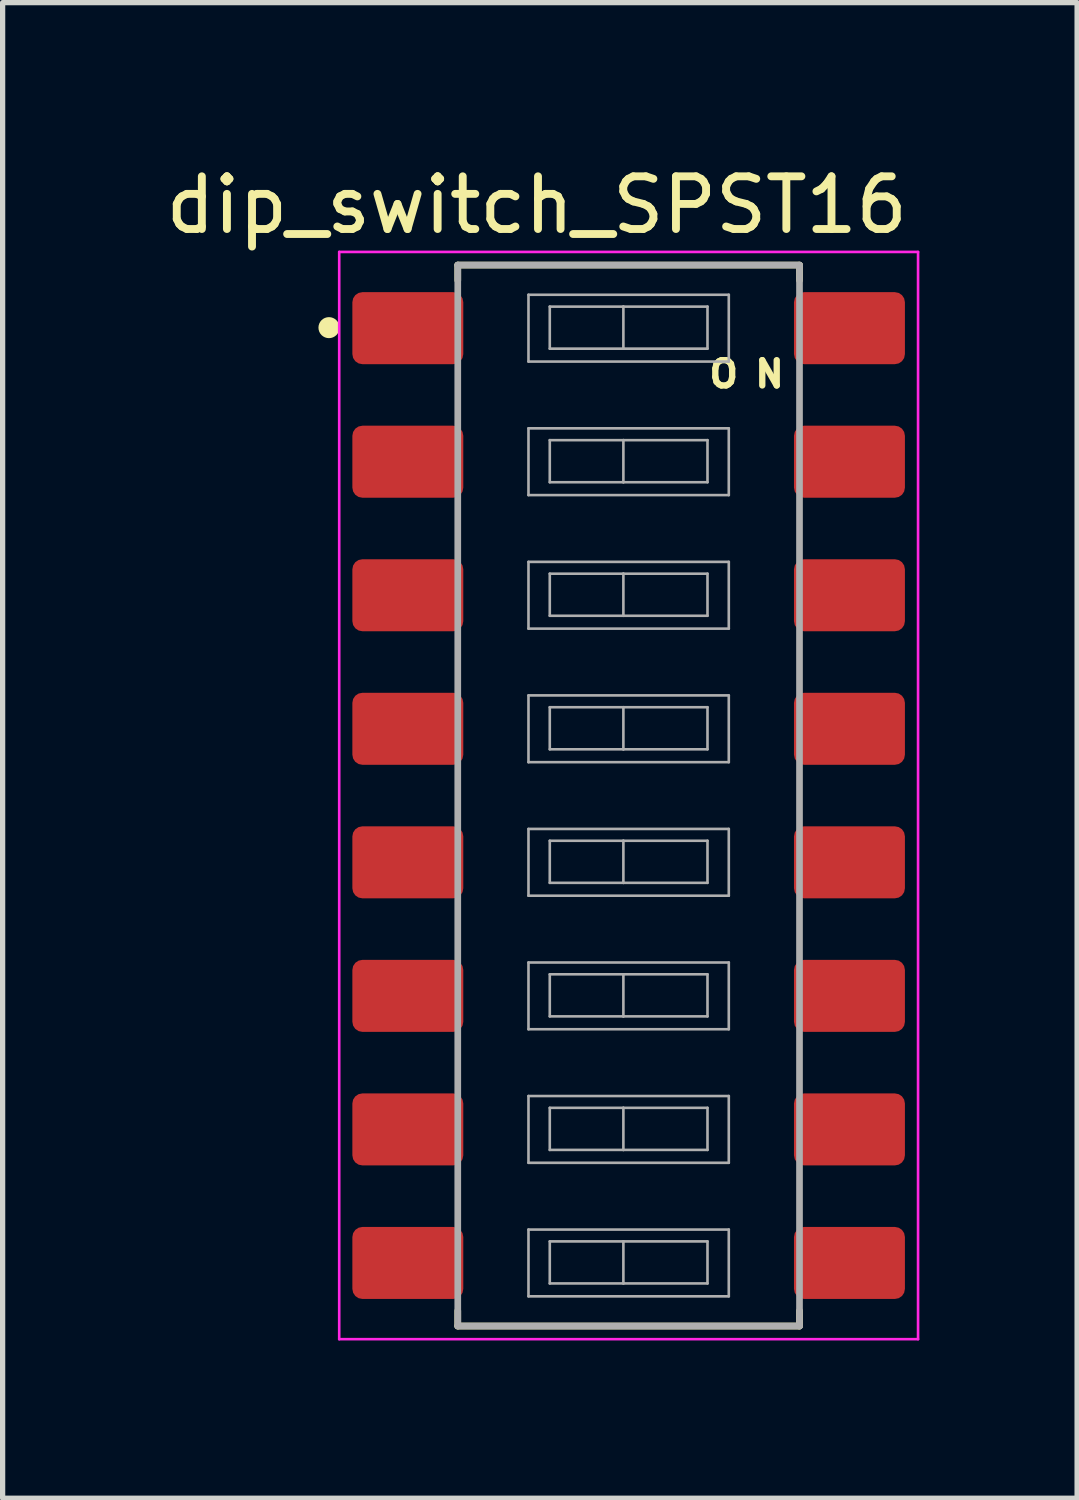
<source format=kicad_pcb>
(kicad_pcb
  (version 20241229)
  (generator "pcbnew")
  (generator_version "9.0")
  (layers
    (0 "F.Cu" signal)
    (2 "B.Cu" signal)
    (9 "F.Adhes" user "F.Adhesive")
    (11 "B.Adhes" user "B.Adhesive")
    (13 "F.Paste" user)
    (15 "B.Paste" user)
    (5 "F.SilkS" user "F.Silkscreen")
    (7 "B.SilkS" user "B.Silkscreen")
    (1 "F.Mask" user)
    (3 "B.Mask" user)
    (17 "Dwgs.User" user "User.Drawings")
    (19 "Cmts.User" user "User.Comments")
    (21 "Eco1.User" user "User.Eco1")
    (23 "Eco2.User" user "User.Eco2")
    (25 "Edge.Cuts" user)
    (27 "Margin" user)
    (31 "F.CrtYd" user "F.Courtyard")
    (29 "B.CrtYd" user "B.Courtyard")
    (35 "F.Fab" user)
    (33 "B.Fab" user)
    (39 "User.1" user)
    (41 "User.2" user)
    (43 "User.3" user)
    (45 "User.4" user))
  (footprint "dip_switch_SPST16"
    (layer "F.Cu")
    (at 8.907 12.082)
    (property "Reference" "dip_switch_SPST16" (at -1.748 -11.232 0) (layer "F.SilkS") (effects (font (size 1.002 1.002) (thickness 0.15))))
    (attr smd)
    (fp_line (start -3.25 -10.09) (end -3.25 -9.8) (stroke (width 0.127) (type solid)) (layer "F.SilkS"))
    (fp_line (start -3.25 10.09) (end -3.25 9.8) (stroke (width 0.127) (type solid)) (layer "F.SilkS"))
    (fp_line (start 3.25 -10.09) (end -3.25 -10.09) (stroke (width 0.127) (type solid)) (layer "F.SilkS"))
    (fp_line (start 3.25 -10.09) (end 3.25 -9.8) (stroke (width 0.127) (type solid)) (layer "F.SilkS"))
    (fp_line (start 3.25 9.8) (end 3.25 10.09) (stroke (width 0.127) (type solid)) (layer "F.SilkS"))
    (fp_line (start 3.25 10.09) (end -3.25 10.09) (stroke (width 0.127) (type solid)) (layer "F.SilkS"))
    (fp_circle (center -5.7 -8.9) (end -5.6 -8.9) (stroke (width 0.2) (type solid)) (fill no) (layer "F.SilkS"))
    (fp_line (start -5.505 -10.34) (end 5.505 -10.34) (stroke (width 0.05) (type solid)) (layer "F.CrtYd"))
    (fp_line (start -5.505 10.34) (end -5.505 -10.34) (stroke (width 0.05) (type solid)) (layer "F.CrtYd"))
    (fp_line (start 5.505 -10.34) (end 5.505 10.34) (stroke (width 0.05) (type solid)) (layer "F.CrtYd"))
    (fp_line (start 5.505 10.34) (end -5.505 10.34) (stroke (width 0.05) (type solid)) (layer "F.CrtYd"))
    (fp_line (start -3.25 -10.09) (end -3.25 10.09) (stroke (width 0.127) (type solid)) (layer "F.Fab"))
    (fp_line (start -3.25 10.09) (end 3.25 10.09) (stroke (width 0.127) (type solid)) (layer "F.Fab"))
    (fp_line (start -1.905 -9.525) (end -1.905 -8.255) (stroke (width 0.05) (type solid)) (layer "F.Fab"))
    (fp_line (start -1.905 -8.255) (end 1.905 -8.255) (stroke (width 0.05) (type solid)) (layer "F.Fab"))
    (fp_line (start -1.905 -6.985) (end -1.905 -5.715) (stroke (width 0.05) (type solid)) (layer "F.Fab"))
    (fp_line (start -1.905 -5.715) (end 1.905 -5.715) (stroke (width 0.05) (type solid)) (layer "F.Fab"))
    (fp_line (start -1.905 -4.445) (end -1.905 -3.175) (stroke (width 0.05) (type solid)) (layer "F.Fab"))
    (fp_line (start -1.905 -3.175) (end 1.905 -3.175) (stroke (width 0.05) (type solid)) (layer "F.Fab"))
    (fp_line (start -1.905 -1.905) (end -1.905 -0.635) (stroke (width 0.05) (type solid)) (layer "F.Fab"))
    (fp_line (start -1.905 -0.635) (end 1.905 -0.635) (stroke (width 0.05) (type solid)) (layer "F.Fab"))
    (fp_line (start -1.905 0.635) (end -1.905 1.905) (stroke (width 0.05) (type solid)) (layer "F.Fab"))
    (fp_line (start -1.905 1.905) (end 1.905 1.905) (stroke (width 0.05) (type solid)) (layer "F.Fab"))
    (fp_line (start -1.905 3.175) (end -1.905 4.445) (stroke (width 0.05) (type solid)) (layer "F.Fab"))
    (fp_line (start -1.905 4.445) (end 1.905 4.445) (stroke (width 0.05) (type solid)) (layer "F.Fab"))
    (fp_line (start -1.905 5.715) (end -1.905 6.985) (stroke (width 0.05) (type solid)) (layer "F.Fab"))
    (fp_line (start -1.905 6.985) (end 1.905 6.985) (stroke (width 0.05) (type solid)) (layer "F.Fab"))
    (fp_line (start -1.905 8.255) (end -1.905 9.525) (stroke (width 0.05) (type solid)) (layer "F.Fab"))
    (fp_line (start -1.905 9.525) (end 1.905 9.525) (stroke (width 0.05) (type solid)) (layer "F.Fab"))
    (fp_line (start -1.5 -9.3) (end -1.5 -8.5) (stroke (width 0.05) (type solid)) (layer "F.Fab"))
    (fp_line (start -1.5 -9.3) (end -0.1 -9.3) (stroke (width 0.05) (type solid)) (layer "F.Fab"))
    (fp_line (start -1.5 -8.5) (end -0.1 -8.5) (stroke (width 0.05) (type solid)) (layer "F.Fab"))
    (fp_line (start -1.5 -6.76) (end -1.5 -5.96) (stroke (width 0.05) (type solid)) (layer "F.Fab"))
    (fp_line (start -1.5 -6.76) (end -0.1 -6.76) (stroke (width 0.05) (type solid)) (layer "F.Fab"))
    (fp_line (start -1.5 -5.96) (end -0.1 -5.96) (stroke (width 0.05) (type solid)) (layer "F.Fab"))
    (fp_line (start -1.5 -4.22) (end -1.5 -3.42) (stroke (width 0.05) (type solid)) (layer "F.Fab"))
    (fp_line (start -1.5 -4.22) (end -0.1 -4.22) (stroke (width 0.05) (type solid)) (layer "F.Fab"))
    (fp_line (start -1.5 -3.42) (end -0.1 -3.42) (stroke (width 0.05) (type solid)) (layer "F.Fab"))
    (fp_line (start -1.5 -1.68) (end -1.5 -0.88) (stroke (width 0.05) (type solid)) (layer "F.Fab"))
    (fp_line (start -1.5 -1.68) (end -0.1 -1.68) (stroke (width 0.05) (type solid)) (layer "F.Fab"))
    (fp_line (start -1.5 -0.88) (end -0.1 -0.88) (stroke (width 0.05) (type solid)) (layer "F.Fab"))
    (fp_line (start -1.5 0.86) (end -1.5 1.66) (stroke (width 0.05) (type solid)) (layer "F.Fab"))
    (fp_line (start -1.5 0.86) (end -0.1 0.86) (stroke (width 0.05) (type solid)) (layer "F.Fab"))
    (fp_line (start -1.5 1.66) (end -0.1 1.66) (stroke (width 0.05) (type solid)) (layer "F.Fab"))
    (fp_line (start -1.5 3.4) (end -1.5 4.2) (stroke (width 0.05) (type solid)) (layer "F.Fab"))
    (fp_line (start -1.5 3.4) (end -0.1 3.4) (stroke (width 0.05) (type solid)) (layer "F.Fab"))
    (fp_line (start -1.5 4.2) (end -0.1 4.2) (stroke (width 0.05) (type solid)) (layer "F.Fab"))
    (fp_line (start -1.5 5.94) (end -1.5 6.74) (stroke (width 0.05) (type solid)) (layer "F.Fab"))
    (fp_line (start -1.5 5.94) (end -0.1 5.94) (stroke (width 0.05) (type solid)) (layer "F.Fab"))
    (fp_line (start -1.5 6.74) (end -0.1 6.74) (stroke (width 0.05) (type solid)) (layer "F.Fab"))
    (fp_line (start -1.5 8.48) (end -1.5 9.28) (stroke (width 0.05) (type solid)) (layer "F.Fab"))
    (fp_line (start -1.5 8.48) (end -0.1 8.48) (stroke (width 0.05) (type solid)) (layer "F.Fab"))
    (fp_line (start -1.5 9.28) (end -0.1 9.28) (stroke (width 0.05) (type solid)) (layer "F.Fab"))
    (fp_line (start -0.1 -9.3) (end -0.1 -8.5) (stroke (width 0.05) (type solid)) (layer "F.Fab"))
    (fp_line (start -0.1 -9.3) (end 1.5 -9.3) (stroke (width 0.05) (type solid)) (layer "F.Fab"))
    (fp_line (start -0.1 -8.5) (end 1.5 -8.5) (stroke (width 0.05) (type solid)) (layer "F.Fab"))
    (fp_line (start -0.1 -6.76) (end -0.1 -5.96) (stroke (width 0.05) (type solid)) (layer "F.Fab"))
    (fp_line (start -0.1 -6.76) (end 1.5 -6.76) (stroke (width 0.05) (type solid)) (layer "F.Fab"))
    (fp_line (start -0.1 -5.96) (end 1.5 -5.96) (stroke (width 0.05) (type solid)) (layer "F.Fab"))
    (fp_line (start -0.1 -4.22) (end -0.1 -3.42) (stroke (width 0.05) (type solid)) (layer "F.Fab"))
    (fp_line (start -0.1 -4.22) (end 1.5 -4.22) (stroke (width 0.05) (type solid)) (layer "F.Fab"))
    (fp_line (start -0.1 -3.42) (end 1.5 -3.42) (stroke (width 0.05) (type solid)) (layer "F.Fab"))
    (fp_line (start -0.1 -1.68) (end -0.1 -0.88) (stroke (width 0.05) (type solid)) (layer "F.Fab"))
    (fp_line (start -0.1 -1.68) (end 1.5 -1.68) (stroke (width 0.05) (type solid)) (layer "F.Fab"))
    (fp_line (start -0.1 -0.88) (end 1.5 -0.88) (stroke (width 0.05) (type solid)) (layer "F.Fab"))
    (fp_line (start -0.1 0.86) (end -0.1 1.66) (stroke (width 0.05) (type solid)) (layer "F.Fab"))
    (fp_line (start -0.1 0.86) (end 1.5 0.86) (stroke (width 0.05) (type solid)) (layer "F.Fab"))
    (fp_line (start -0.1 1.66) (end 1.5 1.66) (stroke (width 0.05) (type solid)) (layer "F.Fab"))
    (fp_line (start -0.1 3.4) (end -0.1 4.2) (stroke (width 0.05) (type solid)) (layer "F.Fab"))
    (fp_line (start -0.1 3.4) (end 1.5 3.4) (stroke (width 0.05) (type solid)) (layer "F.Fab"))
    (fp_line (start -0.1 4.2) (end 1.5 4.2) (stroke (width 0.05) (type solid)) (layer "F.Fab"))
    (fp_line (start -0.1 5.94) (end -0.1 6.74) (stroke (width 0.05) (type solid)) (layer "F.Fab"))
    (fp_line (start -0.1 5.94) (end 1.5 5.94) (stroke (width 0.05) (type solid)) (layer "F.Fab"))
    (fp_line (start -0.1 6.74) (end 1.5 6.74) (stroke (width 0.05) (type solid)) (layer "F.Fab"))
    (fp_line (start -0.1 8.48) (end -0.1 9.28) (stroke (width 0.05) (type solid)) (layer "F.Fab"))
    (fp_line (start -0.1 8.48) (end 1.5 8.48) (stroke (width 0.05) (type solid)) (layer "F.Fab"))
    (fp_line (start -0.1 9.28) (end 1.5 9.28) (stroke (width 0.05) (type solid)) (layer "F.Fab"))
    (fp_line (start 1.5 -9.3) (end 1.5 -8.5) (stroke (width 0.05) (type solid)) (layer "F.Fab"))
    (fp_line (start 1.5 -6.76) (end 1.5 -5.96) (stroke (width 0.05) (type solid)) (layer "F.Fab"))
    (fp_line (start 1.5 -4.22) (end 1.5 -3.42) (stroke (width 0.05) (type solid)) (layer "F.Fab"))
    (fp_line (start 1.5 -1.68) (end 1.5 -0.88) (stroke (width 0.05) (type solid)) (layer "F.Fab"))
    (fp_line (start 1.5 0.86) (end 1.5 1.66) (stroke (width 0.05) (type solid)) (layer "F.Fab"))
    (fp_line (start 1.5 3.4) (end 1.5 4.2) (stroke (width 0.05) (type solid)) (layer "F.Fab"))
    (fp_line (start 1.5 5.94) (end 1.5 6.74) (stroke (width 0.05) (type solid)) (layer "F.Fab"))
    (fp_line (start 1.5 8.48) (end 1.5 9.28) (stroke (width 0.05) (type solid)) (layer "F.Fab"))
    (fp_line (start 1.905 -9.525) (end -1.905 -9.525) (stroke (width 0.05) (type solid)) (layer "F.Fab"))
    (fp_line (start 1.905 -8.255) (end 1.905 -9.525) (stroke (width 0.05) (type solid)) (layer "F.Fab"))
    (fp_line (start 1.905 -6.985) (end -1.905 -6.985) (stroke (width 0.05) (type solid)) (layer "F.Fab"))
    (fp_line (start 1.905 -5.715) (end 1.905 -6.985) (stroke (width 0.05) (type solid)) (layer "F.Fab"))
    (fp_line (start 1.905 -4.445) (end -1.905 -4.445) (stroke (width 0.05) (type solid)) (layer "F.Fab"))
    (fp_line (start 1.905 -3.175) (end 1.905 -4.445) (stroke (width 0.05) (type solid)) (layer "F.Fab"))
    (fp_line (start 1.905 -1.905) (end -1.905 -1.905) (stroke (width 0.05) (type solid)) (layer "F.Fab"))
    (fp_line (start 1.905 -0.635) (end 1.905 -1.905) (stroke (width 0.05) (type solid)) (layer "F.Fab"))
    (fp_line (start 1.905 0.635) (end -1.905 0.635) (stroke (width 0.05) (type solid)) (layer "F.Fab"))
    (fp_line (start 1.905 1.905) (end 1.905 0.635) (stroke (width 0.05) (type solid)) (layer "F.Fab"))
    (fp_line (start 1.905 3.175) (end -1.905 3.175) (stroke (width 0.05) (type solid)) (layer "F.Fab"))
    (fp_line (start 1.905 4.445) (end 1.905 3.175) (stroke (width 0.05) (type solid)) (layer "F.Fab"))
    (fp_line (start 1.905 5.715) (end -1.905 5.715) (stroke (width 0.05) (type solid)) (layer "F.Fab"))
    (fp_line (start 1.905 6.985) (end 1.905 5.715) (stroke (width 0.05) (type solid)) (layer "F.Fab"))
    (fp_line (start 1.905 8.255) (end -1.905 8.255) (stroke (width 0.05) (type solid)) (layer "F.Fab"))
    (fp_line (start 1.905 9.525) (end 1.905 8.255) (stroke (width 0.05) (type solid)) (layer "F.Fab"))
    (fp_line (start 3.25 -10.09) (end -3.25 -10.09) (stroke (width 0.127) (type solid)) (layer "F.Fab"))
    (fp_line (start 3.25 10.09) (end 3.25 -10.09) (stroke (width 0.127) (type solid)) (layer "F.Fab"))
    (fp_text user "O N" (at 2.244 -8.017 0) (layer "F.SilkS") (effects (font (size 0.481 0.481) (thickness 0.15))))
    (pad "1" smd roundrect (at -4.2 -8.89) (size 2.11 1.37) (layers "F.Cu" "F.Mask" "F.Paste") (roundrect_rratio 0.14))
    (pad "1-1" smd roundrect (at 4.2 -8.89) (size 2.11 1.37) (layers "F.Cu" "F.Mask" "F.Paste") (roundrect_rratio 0.14))
    (pad "2" smd roundrect (at -4.2 -6.35) (size 2.11 1.37) (layers "F.Cu" "F.Mask" "F.Paste") (roundrect_rratio 0.14))
    (pad "2-1" smd roundrect (at 4.2 -6.35) (size 2.11 1.37) (layers "F.Cu" "F.Mask" "F.Paste") (roundrect_rratio 0.14))
    (pad "3" smd roundrect (at -4.2 -3.81) (size 2.11 1.37) (layers "F.Cu" "F.Mask" "F.Paste") (roundrect_rratio 0.14))
    (pad "3-1" smd roundrect (at 4.2 -3.81) (size 2.11 1.37) (layers "F.Cu" "F.Mask" "F.Paste") (roundrect_rratio 0.14))
    (pad "4" smd roundrect (at -4.2 -1.27) (size 2.11 1.37) (layers "F.Cu" "F.Mask" "F.Paste") (roundrect_rratio 0.14))
    (pad "4-1" smd roundrect (at 4.2 -1.27) (size 2.11 1.37) (layers "F.Cu" "F.Mask" "F.Paste") (roundrect_rratio 0.14))
    (pad "5" smd roundrect (at -4.2 1.27) (size 2.11 1.37) (layers "F.Cu" "F.Mask" "F.Paste") (roundrect_rratio 0.14))
    (pad "5-1" smd roundrect (at 4.2 1.27) (size 2.11 1.37) (layers "F.Cu" "F.Mask" "F.Paste") (roundrect_rratio 0.14))
    (pad "6" smd roundrect (at -4.2 3.81) (size 2.11 1.37) (layers "F.Cu" "F.Mask" "F.Paste") (roundrect_rratio 0.14))
    (pad "6-1" smd roundrect (at 4.2 3.81) (size 2.11 1.37) (layers "F.Cu" "F.Mask" "F.Paste") (roundrect_rratio 0.14))
    (pad "7" smd roundrect (at -4.2 6.35) (size 2.11 1.37) (layers "F.Cu" "F.Mask" "F.Paste") (roundrect_rratio 0.14))
    (pad "7-1" smd roundrect (at 4.2 6.35) (size 2.11 1.37) (layers "F.Cu" "F.Mask" "F.Paste") (roundrect_rratio 0.14))
    (pad "8" smd roundrect (at -4.2 8.89) (size 2.11 1.37) (layers "F.Cu" "F.Mask" "F.Paste") (roundrect_rratio 0.14))
    (pad "8-1" smd roundrect (at 4.2 8.89) (size 2.11 1.37) (layers "F.Cu" "F.Mask" "F.Paste") (roundrect_rratio 0.14)))
  (gr_rect
    (start -3 -3)
    (end 17.437 25.447)
    (stroke (width 0.1) (type default))
    (fill no)
    (layer "Edge.Cuts")))
</source>
